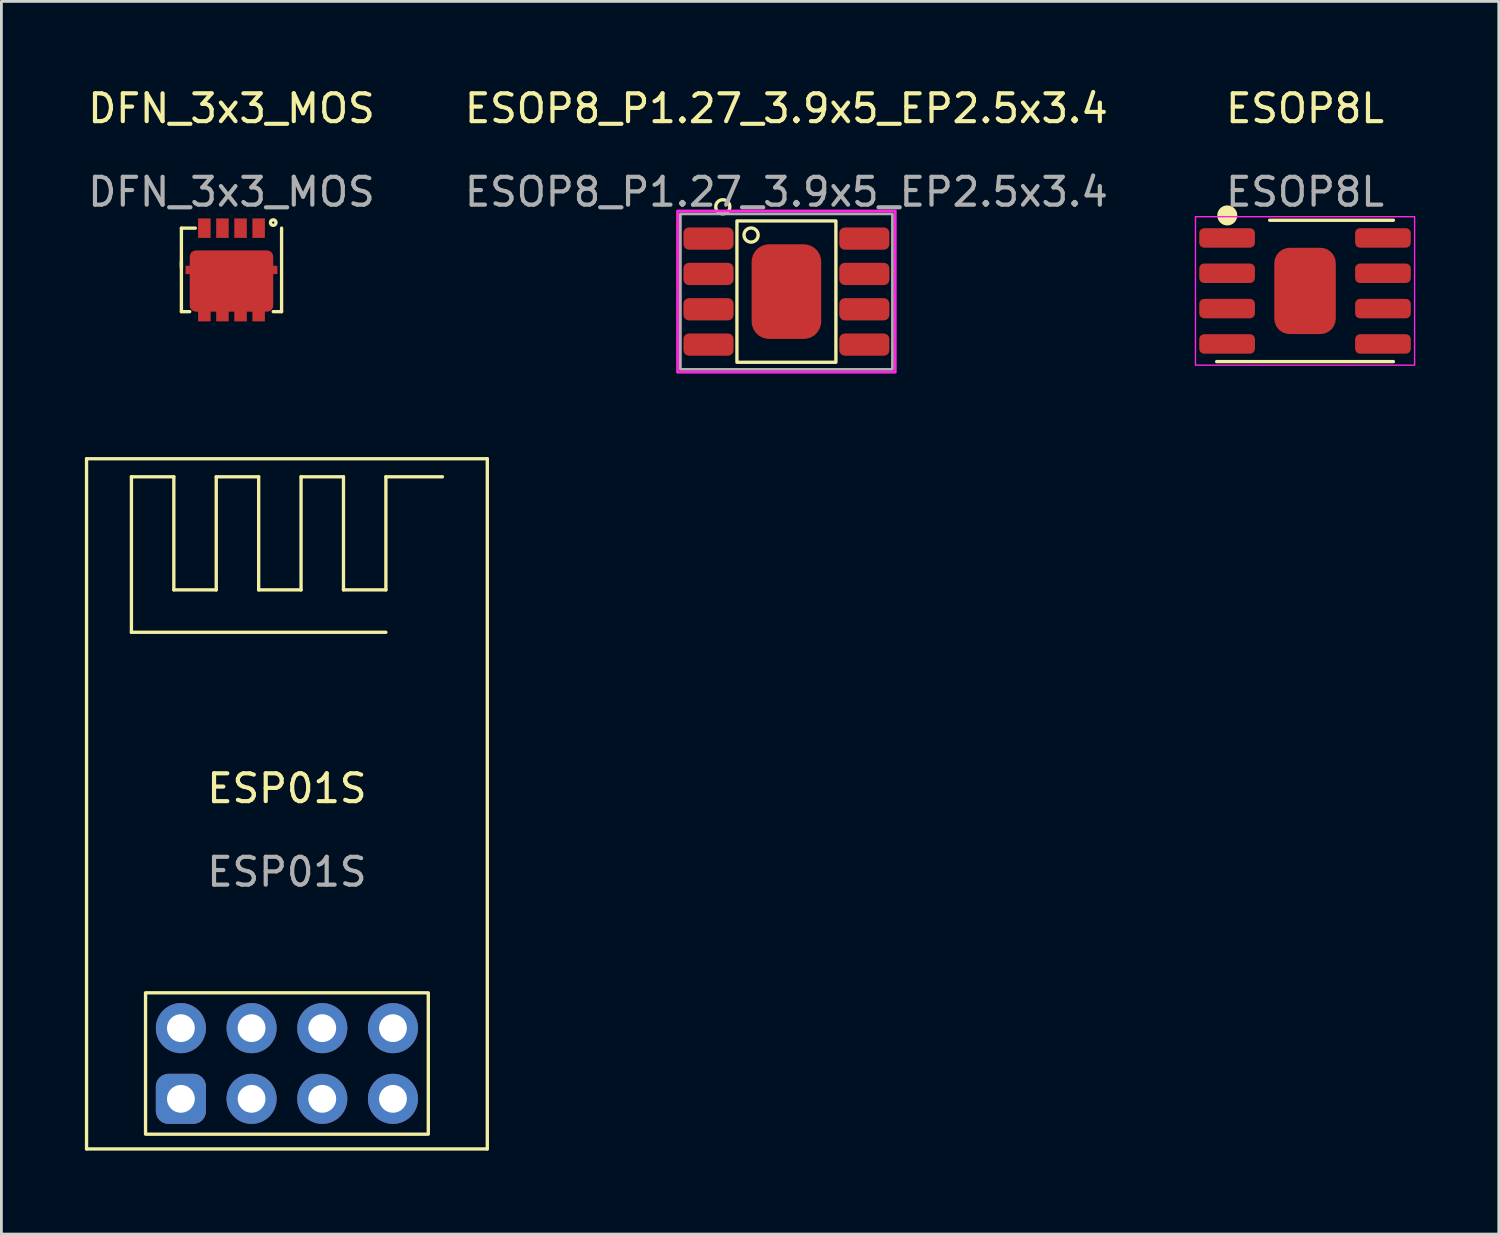
<source format=kicad_pcb>
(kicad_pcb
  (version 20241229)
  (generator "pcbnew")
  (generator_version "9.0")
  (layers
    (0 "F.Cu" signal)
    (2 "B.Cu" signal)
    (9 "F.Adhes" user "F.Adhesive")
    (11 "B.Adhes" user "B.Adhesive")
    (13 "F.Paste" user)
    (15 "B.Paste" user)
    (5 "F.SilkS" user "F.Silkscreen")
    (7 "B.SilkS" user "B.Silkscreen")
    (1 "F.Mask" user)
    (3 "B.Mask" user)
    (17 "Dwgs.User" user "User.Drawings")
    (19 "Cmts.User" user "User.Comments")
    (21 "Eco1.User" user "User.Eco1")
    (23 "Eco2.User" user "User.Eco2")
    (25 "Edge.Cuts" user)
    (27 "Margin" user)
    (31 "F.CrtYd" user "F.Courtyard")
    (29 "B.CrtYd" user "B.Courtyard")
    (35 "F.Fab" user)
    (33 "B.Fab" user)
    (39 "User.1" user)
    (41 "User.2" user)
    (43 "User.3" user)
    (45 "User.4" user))
  (footprint "DFN_3x3_MOS"
    (layer "F.Cu")
    (at 5.268 5.148)
    (property "Reference" "DFN_3x3_MOS" (at 0 -4.3 0) (unlocked yes) (layer "F.SilkS") (effects (font (size 1 1) (thickness 0.15))))
    (attr smd)
    (fp_line (start -1.8 0) (end -1.3 0) (stroke (width 0.12) (type default)) (layer "F.SilkS"))
    (fp_line (start -1.8 1.2) (end -1.8 3) (stroke (width 0.12) (type default)) (layer "F.SilkS"))
    (fp_line (start -1.8 1.4) (end -1.8 0) (stroke (width 0.12) (type default)) (layer "F.SilkS"))
    (fp_line (start -1.8 3) (end -1.5 3) (stroke (width 0.12) (type default)) (layer "F.SilkS"))
    (fp_line (start 1.8 0) (end 1.8 3) (stroke (width 0.12) (type default)) (layer "F.SilkS"))
    (fp_line (start 1.8 3) (end 1.5 3) (stroke (width 0.12) (type default)) (layer "F.SilkS"))
    (fp_circle (center 1.5 -0.2) (end 1.5 -0.1) (stroke (width 0.12) (type default)) (fill no) (layer "F.SilkS"))
    (fp_text user "${REFERENCE}" (at 0 -1.3 0) (unlocked yes) (layer "F.Fab") (effects (font (size 1 1) (thickness 0.15))))
    (pad "D" smd rect (at -1.5 1.5 90) (size 0.3 0.3) (layers "F.Cu" "F.Mask" "F.Paste"))
    (pad "D" smd rect (at -0.975 3) (size 0.45 0.7) (layers "F.Cu" "F.Mask" "F.Paste"))
    (pad "D" smd rect (at -0.325 3) (size 0.45 0.7) (layers "F.Cu" "F.Mask" "F.Paste"))
    (pad "D" smd roundrect (at 0 1.9) (size 3 2.2) (layers "F.Cu" "F.Mask" "F.Paste") (roundrect_rratio 0.1))
    (pad "D" smd rect (at 0.325 3) (size 0.45 0.7) (layers "F.Cu" "F.Mask" "F.Paste"))
    (pad "D" smd rect (at 0.975 3) (size 0.45 0.7) (layers "F.Cu" "F.Mask" "F.Paste"))
    (pad "D" smd rect (at 1.5 1.5 90) (size 0.3 0.3) (layers "F.Cu" "F.Mask" "F.Paste"))
    (pad "G" smd rect (at -0.975 0) (size 0.45 0.7) (layers "F.Cu" "F.Mask" "F.Paste"))
    (pad "S" smd rect (at -0.325 0) (size 0.45 0.7) (layers "F.Cu" "F.Mask" "F.Paste"))
    (pad "S" smd rect (at 0.325 0) (size 0.45 0.7) (layers "F.Cu" "F.Mask" "F.Paste"))
    (pad "S" smd rect (at 0.975 0) (size 0.45 0.7) (layers "F.Cu" "F.Mask" "F.Paste")))
  (footprint "ESOP8L"
    (layer "F.Cu")
    (at 43.843 7.404)
    (property "Reference" "ESOP8L" (at 0 -6.556 0) (unlocked yes) (layer "F.SilkS") (effects (font (size 1 1) (thickness 0.15))))
    (attr smd)
    (fp_line (start -1.27 -2.54) (end 3.175 -2.54) (stroke (width 0.12) (type solid)) (layer "F.SilkS"))
    (fp_line (start 3.175 2.54) (end -3.175 2.54) (stroke (width 0.12) (type solid)) (layer "F.SilkS"))
    (fp_circle (center -2.794 -2.713) (end -2.494 -2.713) (stroke (width 0.12) (type solid)) (fill yes) (layer "F.SilkS"))
    (fp_rect (start -3.937 -2.667) (end 3.937 2.667) (stroke (width 0.05) (type solid)) (fill no) (layer "F.CrtYd"))
    (fp_text user "${REFERENCE}" (at 0 -3.556 0) (unlocked yes) (layer "F.Fab") (effects (font (size 1 1) (thickness 0.15))))
    (pad "1" smd roundrect (at -2.8 -1.905) (size 2 0.7) (layers "F.Cu" "F.Mask" "F.Paste") (roundrect_rratio 0.25))
    (pad "2" smd roundrect (at -2.8 -0.635) (size 2 0.7) (layers "F.Cu" "F.Mask" "F.Paste") (roundrect_rratio 0.25))
    (pad "3" smd roundrect (at -2.8 0.635) (size 2 0.7) (layers "F.Cu" "F.Mask" "F.Paste") (roundrect_rratio 0.25))
    (pad "4" smd roundrect (at -2.8 1.905) (size 2 0.7) (layers "F.Cu" "F.Mask" "F.Paste") (roundrect_rratio 0.25))
    (pad "5" smd roundrect (at 2.8 1.905) (size 2 0.7) (layers "F.Cu" "F.Mask" "F.Paste") (roundrect_rratio 0.25))
    (pad "6" smd roundrect (at 2.8 0.635) (size 2 0.7) (layers "F.Cu" "F.Mask" "F.Paste") (roundrect_rratio 0.25))
    (pad "7" smd roundrect (at 2.8 -0.635) (size 2 0.7) (layers "F.Cu" "F.Mask" "F.Paste") (roundrect_rratio 0.25))
    (pad "8" smd roundrect (at 2.8 -1.905) (size 2 0.7) (layers "F.Cu" "F.Mask" "F.Paste") (roundrect_rratio 0.25))
    (pad "9" smd roundrect (at 0 0) (size 2.21 3.1) (layers "F.Cu" "F.Mask" "F.Paste") (roundrect_rratio 0.25)))
  (footprint "ESOP8_P1.27_3.9x5_EP2.5x3.4"
    (layer "F.Cu")
    (at 25.208 7.428)
    (property "Reference" "ESOP8_P1.27_3.9x5_EP2.5x3.4" (at 0 -6.58 0) (unlocked yes) (layer "F.SilkS") (effects (font (size 1 1) (thickness 0.15))))
    (attr smd)
    (fp_rect (start -1.778 2.54) (end 1.778 -2.54) (stroke (width 0.12) (type solid)) (fill no) (layer "F.SilkS"))
    (fp_circle (center -2.286 -3.048) (end -2.032 -3.048) (stroke (width 0.12) (type solid)) (fill no) (layer "F.SilkS"))
    (fp_circle (center -1.27 -2.032) (end -1.016 -2.032) (stroke (width 0.12) (type solid)) (fill no) (layer "F.SilkS"))
    (fp_rect (start -3.912 -2.896) (end 3.912 2.896) (stroke (width 0.1) (type solid)) (fill no) (layer "F.CrtYd"))
    (fp_rect (start -3.81 -2.794) (end 3.81 2.794) (stroke (width 0.1) (type solid)) (fill no) (layer "F.Fab"))
    (fp_text user "${REFERENCE}" (at 0 -3.58 0) (unlocked yes) (layer "F.Fab") (effects (font (size 1 1) (thickness 0.15))))
    (pad "1" smd roundrect (at -2.8 -1.905) (size 1.8 0.8) (layers "F.Cu" "F.Mask" "F.Paste") (roundrect_rratio 0.25))
    (pad "2" smd roundrect (at -2.8 -0.635) (size 1.8 0.8) (layers "F.Cu" "F.Mask" "F.Paste") (roundrect_rratio 0.25))
    (pad "3" smd roundrect (at -2.8 0.635) (size 1.8 0.8) (layers "F.Cu" "F.Mask" "F.Paste") (roundrect_rratio 0.25))
    (pad "4" smd roundrect (at -2.8 1.905) (size 1.8 0.8) (layers "F.Cu" "F.Mask" "F.Paste") (roundrect_rratio 0.25))
    (pad "5" smd roundrect (at 2.8 1.905) (size 1.8 0.8) (layers "F.Cu" "F.Mask" "F.Paste") (roundrect_rratio 0.25))
    (pad "6" smd roundrect (at 2.8 0.635) (size 1.8 0.8) (layers "F.Cu" "F.Mask" "F.Paste") (roundrect_rratio 0.25))
    (pad "7" smd roundrect (at 2.8 -0.635) (size 1.8 0.8) (layers "F.Cu" "F.Mask" "F.Paste") (roundrect_rratio 0.25))
    (pad "8" smd roundrect (at 2.8 -1.905) (size 1.8 0.8) (layers "F.Cu" "F.Mask" "F.Paste") (roundrect_rratio 0.25))
    (pad "9" smd roundrect (at 0 0) (size 2.5 3.4) (layers "F.Cu" "F.Mask" "F.Paste") (roundrect_rratio 0.25)))
  (footprint "ESP01S"
    (layer "F.Cu")
    (at 7.26 36.434)
    (property "Reference" "ESP01S" (at 0 -11.152 0) (unlocked yes) (layer "F.SilkS") (effects (font (size 1 1) (thickness 0.15))))
    (attr through_hole)
    (fp_line (start -7.2 -23) (end -7.2 1.8) (stroke (width 0.12) (type solid)) (layer "F.SilkS"))
    (fp_line (start -7.2 1.8) (end 7.2 1.8) (stroke (width 0.12) (type solid)) (layer "F.SilkS"))
    (fp_line (start -5.588 -22.352) (end -4.064 -22.352) (stroke (width 0.12) (type solid)) (layer "F.SilkS"))
    (fp_line (start -5.588 -16.764) (end -5.588 -22.352) (stroke (width 0.12) (type solid)) (layer "F.SilkS"))
    (fp_line (start -4.064 -22.352) (end -4.064 -18.288) (stroke (width 0.12) (type solid)) (layer "F.SilkS"))
    (fp_line (start -4.064 -18.288) (end -2.54 -18.288) (stroke (width 0.12) (type solid)) (layer "F.SilkS"))
    (fp_line (start -2.54 -22.352) (end -1.016 -22.352) (stroke (width 0.12) (type solid)) (layer "F.SilkS"))
    (fp_line (start -2.54 -18.288) (end -2.54 -22.352) (stroke (width 0.12) (type solid)) (layer "F.SilkS"))
    (fp_line (start -1.016 -22.352) (end -1.016 -18.288) (stroke (width 0.12) (type solid)) (layer "F.SilkS"))
    (fp_line (start -1.016 -18.288) (end 0.508 -18.288) (stroke (width 0.12) (type solid)) (layer "F.SilkS"))
    (fp_line (start 0.508 -22.352) (end 2.032 -22.352) (stroke (width 0.12) (type solid)) (layer "F.SilkS"))
    (fp_line (start 0.508 -18.288) (end 0.508 -22.352) (stroke (width 0.12) (type solid)) (layer "F.SilkS"))
    (fp_line (start 2.032 -22.352) (end 2.032 -18.288) (stroke (width 0.12) (type solid)) (layer "F.SilkS"))
    (fp_line (start 2.032 -18.288) (end 3.556 -18.288) (stroke (width 0.12) (type solid)) (layer "F.SilkS"))
    (fp_line (start 3.556 -22.352) (end 5.588 -22.352) (stroke (width 0.12) (type solid)) (layer "F.SilkS"))
    (fp_line (start 3.556 -18.288) (end 3.556 -22.352) (stroke (width 0.12) (type solid)) (layer "F.SilkS"))
    (fp_line (start 3.556 -16.764) (end -5.588 -16.764) (stroke (width 0.12) (type solid)) (layer "F.SilkS"))
    (fp_line (start 7.2 -23) (end -7.2 -23) (stroke (width 0.12) (type solid)) (layer "F.SilkS"))
    (fp_line (start 7.2 1.8) (end 7.2 -23) (stroke (width 0.12) (type solid)) (layer "F.SilkS"))
    (fp_rect (start -5.08 1.27) (end 5.08 -3.81) (stroke (width 0.12) (type solid)) (fill no) (layer "F.SilkS"))
    (fp_text user "${REFERENCE}" (at 0 -8.152 0) (unlocked yes) (layer "F.Fab") (effects (font (size 1 1) (thickness 0.15))))
    (pad "1" thru_hole roundrect (at -3.81 0) (size 1.8 1.8) (drill 1) (layers "*.Cu" "*.Mask") (roundrect_rratio 0.25))
    (pad "2" thru_hole circle (at -1.27 0) (size 1.8 1.8) (drill 1) (layers "*.Cu" "*.Mask"))
    (pad "3" thru_hole circle (at 1.27 0) (size 1.8 1.8) (drill 1) (layers "*.Cu" "*.Mask"))
    (pad "4" thru_hole circle (at 3.81 0) (size 1.8 1.8) (drill 1) (layers "*.Cu" "*.Mask"))
    (pad "5" thru_hole circle (at 3.81 -2.54) (size 1.8 1.8) (drill 1) (layers "*.Cu" "*.Mask"))
    (pad "6" thru_hole circle (at 1.27 -2.54) (size 1.8 1.8) (drill 1) (layers "*.Cu" "*.Mask"))
    (pad "7" thru_hole circle (at -1.27 -2.54) (size 1.8 1.8) (drill 1) (layers "*.Cu" "*.Mask"))
    (pad "8" thru_hole circle (at -3.81 -2.54) (size 1.8 1.8) (drill 1) (layers "*.Cu" "*.Mask")))
  (gr_rect
    (start -3 -3)
    (end 50.805 41.294)
    (stroke (width 0.1) (type default))
    (fill no)
    (layer "Edge.Cuts")))
</source>
